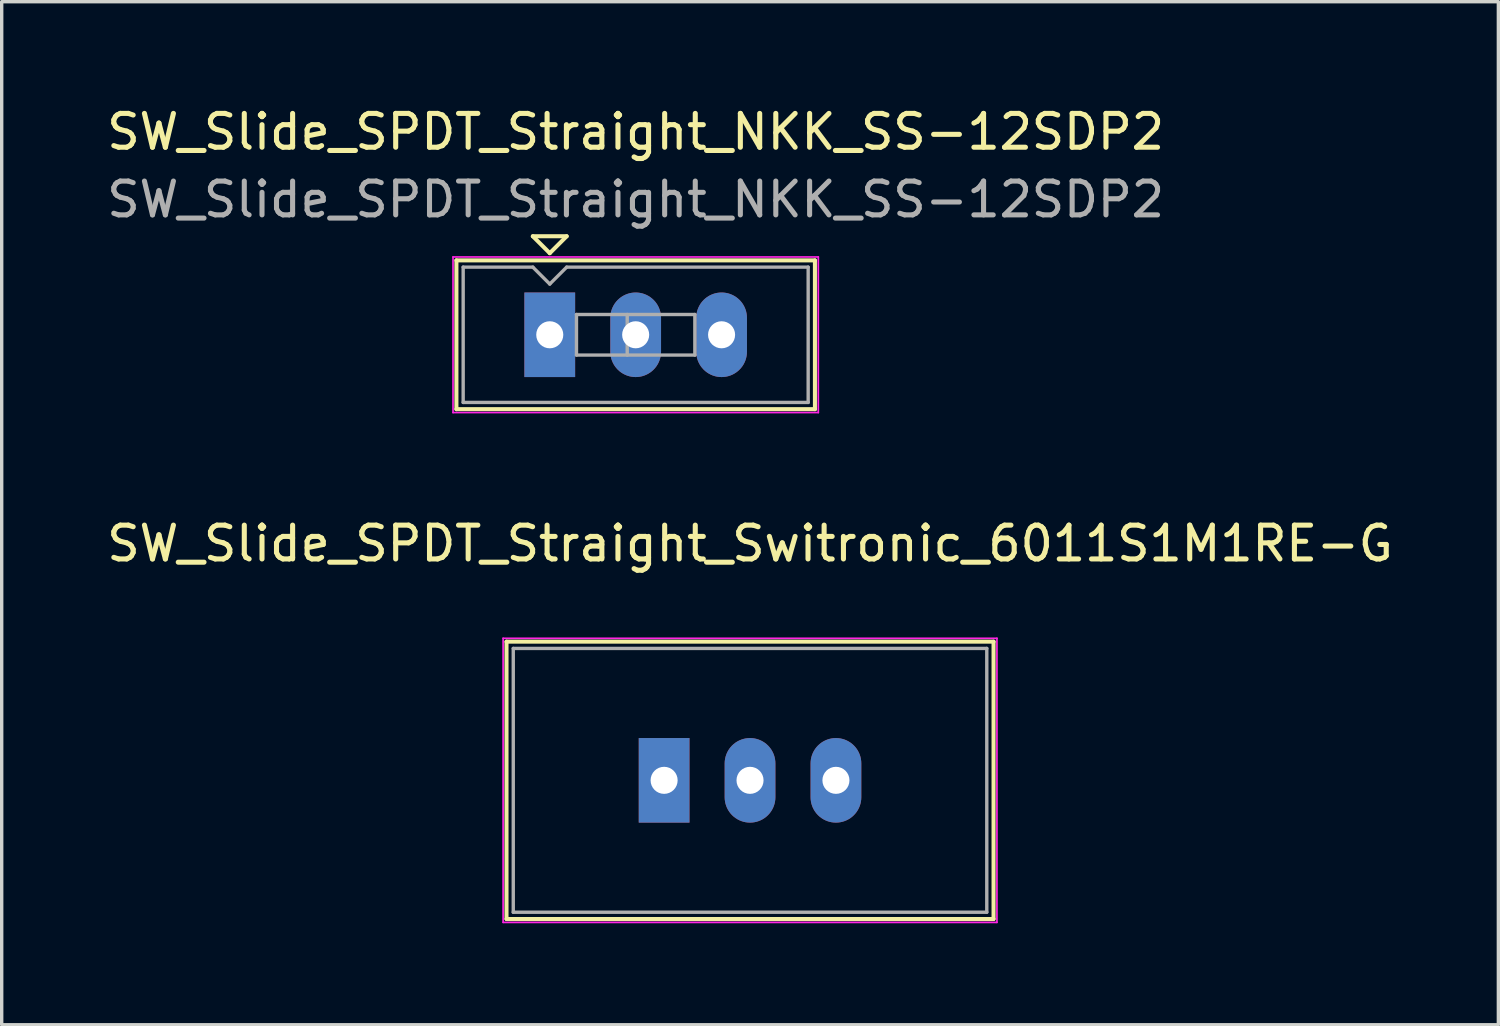
<source format=kicad_pcb>
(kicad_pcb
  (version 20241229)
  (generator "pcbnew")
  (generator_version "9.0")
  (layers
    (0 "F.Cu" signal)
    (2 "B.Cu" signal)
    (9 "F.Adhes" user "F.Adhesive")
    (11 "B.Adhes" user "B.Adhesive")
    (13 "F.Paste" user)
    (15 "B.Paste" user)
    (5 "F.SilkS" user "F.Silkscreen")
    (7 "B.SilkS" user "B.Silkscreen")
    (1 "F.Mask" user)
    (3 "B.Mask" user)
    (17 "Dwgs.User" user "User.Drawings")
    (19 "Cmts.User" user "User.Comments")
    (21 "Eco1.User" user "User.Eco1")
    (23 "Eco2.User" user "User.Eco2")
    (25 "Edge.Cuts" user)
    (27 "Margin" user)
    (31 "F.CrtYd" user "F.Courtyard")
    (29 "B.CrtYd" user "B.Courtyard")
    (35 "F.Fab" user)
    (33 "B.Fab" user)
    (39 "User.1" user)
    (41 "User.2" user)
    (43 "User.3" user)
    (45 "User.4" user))
  (footprint "SW_Slide_SPDT_Straight_Switronic_6011S1M1RE-G"
    (layer "F.Cu")
    (at 19.125 20.021)
    (property "Reference" "SW_Slide_SPDT_Straight_Switronic_6011S1M1RE-G" (at 0 -7 0) (unlocked yes) (layer "F.SilkS") (effects (font (size 1 1) (thickness 0.15))))
    (attr through_hole)
    (fp_line (start -7.2 -4.1) (end -7.2 4.1) (stroke (width 0.12) (type default)) (layer "F.SilkS"))
    (fp_line (start -7.2 4.1) (end 7.2 4.1) (stroke (width 0.12) (type default)) (layer "F.SilkS"))
    (fp_line (start 7.2 -4.1) (end -7.2 -4.1) (stroke (width 0.12) (type default)) (layer "F.SilkS"))
    (fp_line (start 7.2 4.1) (end 7.2 -4.1) (stroke (width 0.12) (type default)) (layer "F.SilkS"))
    (fp_line (start -7.3 -4.2) (end -7.3 4.2) (stroke (width 0.05) (type default)) (layer "F.CrtYd"))
    (fp_line (start -7.3 4.2) (end 7.3 4.2) (stroke (width 0.05) (type default)) (layer "F.CrtYd"))
    (fp_line (start 7.3 -4.2) (end -7.3 -4.2) (stroke (width 0.05) (type default)) (layer "F.CrtYd"))
    (fp_line (start 7.3 4.2) (end 7.3 -4.2) (stroke (width 0.05) (type default)) (layer "F.CrtYd"))
    (fp_line (start -7 3.9) (end -7 -3.9) (stroke (width 0.1) (type solid)) (layer "F.Fab"))
    (fp_line (start 7 -3.9) (end -7 -3.9) (stroke (width 0.1) (type solid)) (layer "F.Fab"))
    (fp_line (start 7 -3.9) (end 7 3.9) (stroke (width 0.1) (type solid)) (layer "F.Fab"))
    (fp_line (start 7 3.9) (end -7 3.9) (stroke (width 0.1) (type solid)) (layer "F.Fab"))
    (pad "1" thru_hole rect (at -2.54 0) (size 1.5 2.5) (drill 0.8) (layers "*.Cu" "*.Mask"))
    (pad "2" thru_hole oval (at 0 0) (size 1.5 2.5) (drill 0.8) (layers "*.Cu" "*.Mask"))
    (pad "3" thru_hole oval (at 2.54 0) (size 1.5 2.5) (drill 0.8) (layers "*.Cu" "*.Mask")))
  (footprint "SW_Slide_SPDT_Straight_NKK_SS-12SDP2"
    (layer "F.Cu")
    (at 15.744 6.848)
    (property "Reference" "SW_Slide_SPDT_Straight_NKK_SS-12SDP2" (at 0 -6 0) (unlocked yes) (layer "F.SilkS") (effects (font (size 1 1) (thickness 0.15))))
    (attr through_hole)
    (fp_line (start -5.3 -2.2) (end -5.3 2.2) (stroke (width 0.12) (type solid)) (layer "F.SilkS"))
    (fp_line (start -5.3 -2.2) (end 5.3 -2.2) (stroke (width 0.12) (type solid)) (layer "F.SilkS"))
    (fp_line (start -5.3 2.2) (end 5.3 2.2) (stroke (width 0.12) (type solid)) (layer "F.SilkS"))
    (fp_line (start -3.04 -2.913) (end -2.54 -2.413) (stroke (width 0.12) (type solid)) (layer "F.SilkS"))
    (fp_line (start -2.54 -2.413) (end -2.04 -2.913) (stroke (width 0.12) (type solid)) (layer "F.SilkS"))
    (fp_line (start -2.04 -2.913) (end -3.04 -2.913) (stroke (width 0.12) (type solid)) (layer "F.SilkS"))
    (fp_line (start 5.3 -2.2) (end 5.3 2.2) (stroke (width 0.12) (type solid)) (layer "F.SilkS"))
    (fp_line (start -5.4 -2.3) (end 5.4 -2.3) (stroke (width 0.05) (type solid)) (layer "F.CrtYd"))
    (fp_line (start -5.4 2.3) (end -5.4 -2.3) (stroke (width 0.05) (type solid)) (layer "F.CrtYd"))
    (fp_line (start 5.4 -2.3) (end 5.4 2.3) (stroke (width 0.05) (type solid)) (layer "F.CrtYd"))
    (fp_line (start 5.4 2.3) (end -5.4 2.3) (stroke (width 0.05) (type solid)) (layer "F.CrtYd"))
    (fp_line (start -5.1 -2) (end -3.04 -2) (stroke (width 0.1) (type solid)) (layer "F.Fab"))
    (fp_line (start -5.1 2) (end -5.1 -2) (stroke (width 0.1) (type solid)) (layer "F.Fab"))
    (fp_line (start -3.04 -2) (end -2.54 -1.5) (stroke (width 0.1) (type solid)) (layer "F.Fab"))
    (fp_line (start -2.54 -1.5) (end -2.04 -2) (stroke (width 0.1) (type solid)) (layer "F.Fab"))
    (fp_line (start -2.04 -2) (end 5.1 -2) (stroke (width 0.1) (type solid)) (layer "F.Fab"))
    (fp_line (start -1.75 -0.6) (end -1.75 0.6) (stroke (width 0.1) (type solid)) (layer "F.Fab"))
    (fp_line (start -1.75 -0.6) (end 1.75 -0.6) (stroke (width 0.1) (type solid)) (layer "F.Fab"))
    (fp_line (start -1.75 0.6) (end 1.75 0.6) (stroke (width 0.1) (type solid)) (layer "F.Fab"))
    (fp_line (start -0.25 -0.6) (end -0.25 0.6) (stroke (width 0.1) (type solid)) (layer "F.Fab"))
    (fp_line (start 1.75 -0.6) (end 1.75 0.6) (stroke (width 0.1) (type solid)) (layer "F.Fab"))
    (fp_line (start 5.1 -2) (end 5.1 2) (stroke (width 0.1) (type solid)) (layer "F.Fab"))
    (fp_line (start 5.1 2) (end -5.1 2) (stroke (width 0.1) (type solid)) (layer "F.Fab"))
    (fp_text user "${REFERENCE}" (at 0 -4 0) (unlocked yes) (layer "F.Fab") (effects (font (size 1 1) (thickness 0.15))))
    (pad "1" thru_hole rect (at -2.54 0) (size 1.5 2.5) (drill 0.8) (layers "*.Cu" "*.Mask"))
    (pad "2" thru_hole oval (at 0 0) (size 1.5 2.5) (drill 0.8) (layers "*.Cu" "*.Mask"))
    (pad "3" thru_hole oval (at 2.54 0) (size 1.5 2.5) (drill 0.8) (layers "*.Cu" "*.Mask")))
  (gr_rect
    (start -3 -3)
    (end 41.25 27.247)
    (stroke (width 0.1) (type default))
    (fill no)
    (layer "Edge.Cuts")))
</source>
